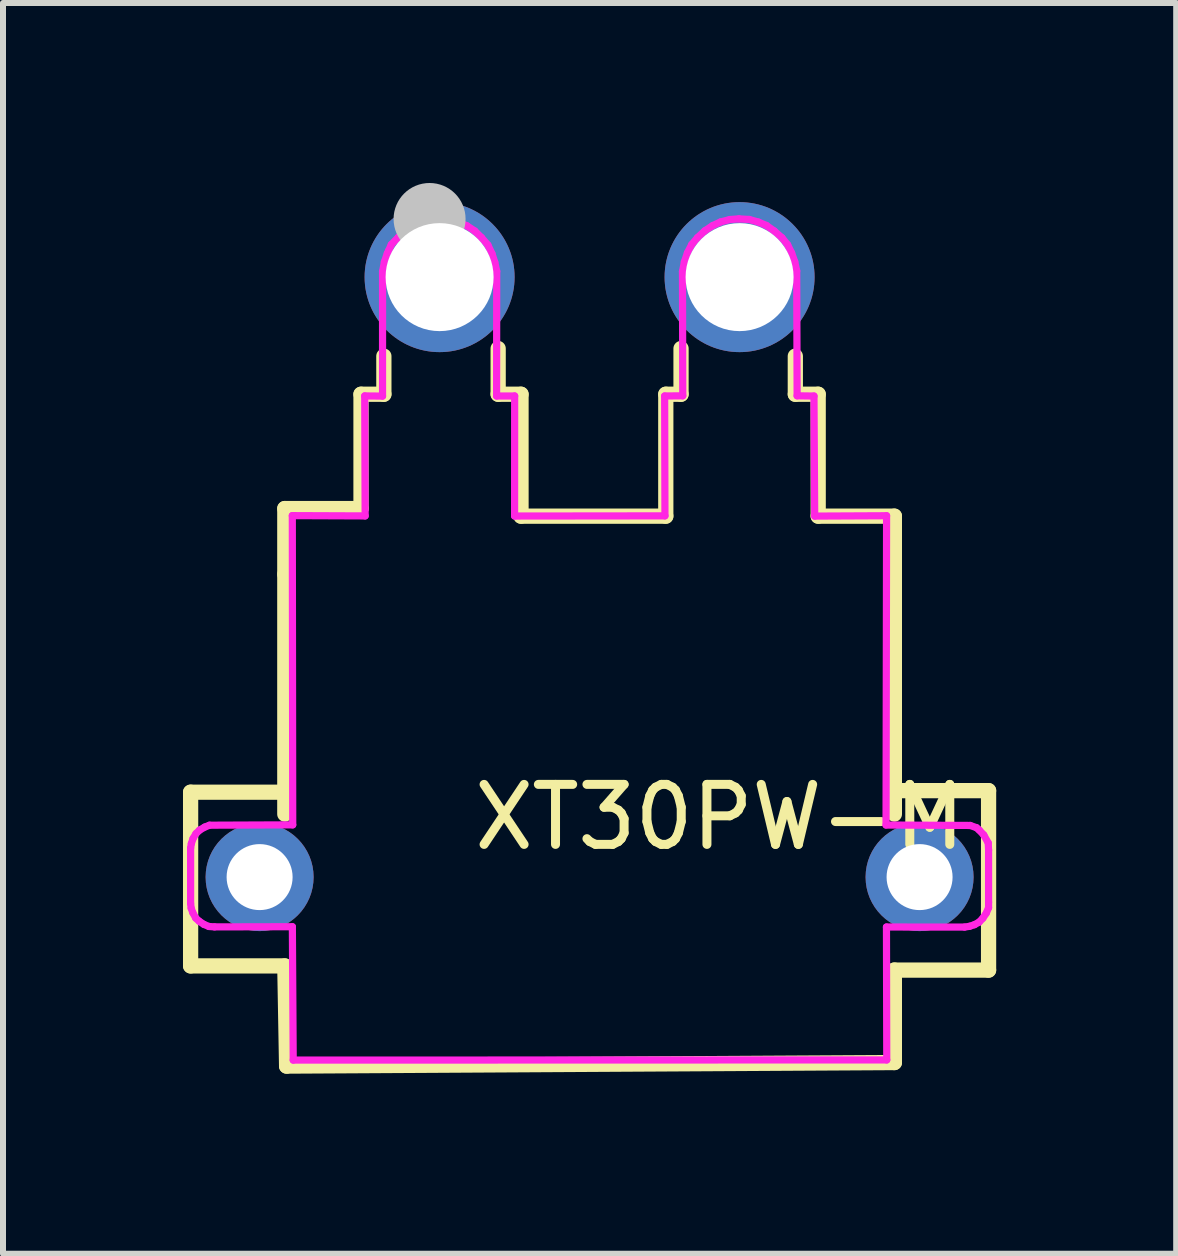
<source format=kicad_pcb>
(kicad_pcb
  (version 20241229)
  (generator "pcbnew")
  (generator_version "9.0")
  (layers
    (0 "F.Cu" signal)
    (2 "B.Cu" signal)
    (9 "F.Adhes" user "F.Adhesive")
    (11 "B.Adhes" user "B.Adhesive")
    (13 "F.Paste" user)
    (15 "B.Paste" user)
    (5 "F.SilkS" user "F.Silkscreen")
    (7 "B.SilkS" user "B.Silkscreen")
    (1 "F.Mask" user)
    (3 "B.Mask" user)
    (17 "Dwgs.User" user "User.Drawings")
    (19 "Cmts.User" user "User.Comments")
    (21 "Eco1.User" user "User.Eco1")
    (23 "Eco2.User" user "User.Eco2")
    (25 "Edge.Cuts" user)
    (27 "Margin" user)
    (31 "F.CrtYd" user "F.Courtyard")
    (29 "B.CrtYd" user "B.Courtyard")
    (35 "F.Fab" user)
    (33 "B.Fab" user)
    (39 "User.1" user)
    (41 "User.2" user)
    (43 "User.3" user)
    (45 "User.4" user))
  (footprint "XT30PW-M"
    (layer "F.Cu")
    (at 6.777 6.569)
    (property "Reference" "XT30PW-M" (at -2 4 0) (layer "F.SilkS") (effects (font (size 1 1) (thickness 0.15)) (justify left)))
    (attr through_hole)
    (fp_line (start -6.65 3.585) (end -6.65 6.48) (stroke (width 0.254) (type solid)) (layer "F.SilkS"))
    (fp_line (start -6.65 3.585) (end -5.08 3.585) (stroke (width 0.254) (type solid)) (layer "F.SilkS"))
    (fp_line (start -6.65 6.48) (end -5.08 6.48) (stroke (width 0.254) (type solid)) (layer "F.SilkS"))
    (fp_line (start -5.08 -1.143) (end -5.08 -0.047) (stroke (width 0.254) (type solid)) (layer "F.SilkS"))
    (fp_line (start -5.08 3.95) (end -5.08 -0.047) (stroke (width 0.254) (type solid)) (layer "F.SilkS"))
    (fp_line (start -5.08 6.481) (end -5.05 8.15) (stroke (width 0.254) (type solid)) (layer "F.SilkS"))
    (fp_line (start -5.05 8.15) (end 5.08 8.091) (stroke (width 0.254) (type solid)) (layer "F.SilkS"))
    (fp_line (start -3.81 -3.048) (end -3.81 -1.143) (stroke (width 0.254) (type solid)) (layer "F.SilkS"))
    (fp_line (start -3.81 -1.143) (end -5.08 -1.143) (stroke (width 0.254) (type solid)) (layer "F.SilkS"))
    (fp_line (start -3.429 -3.683) (end -3.429 -3.048) (stroke (width 0.254) (type solid)) (layer "F.SilkS"))
    (fp_line (start -3.429 -3.048) (end -3.81 -3.048) (stroke (width 0.254) (type solid)) (layer "F.SilkS"))
    (fp_line (start -1.524 -3.81) (end -1.524 -3.048) (stroke (width 0.254) (type solid)) (layer "F.SilkS"))
    (fp_line (start -1.524 -3.048) (end -1.143 -3.048) (stroke (width 0.254) (type solid)) (layer "F.SilkS"))
    (fp_line (start -1.143 -3.048) (end -1.143 -1.016) (stroke (width 0.254) (type solid)) (layer "F.SilkS"))
    (fp_line (start -1.143 -1.016) (end 1.27 -1.016) (stroke (width 0.254) (type solid)) (layer "F.SilkS"))
    (fp_line (start 1.27 -3.048) (end 1.524 -3.048) (stroke (width 0.254) (type solid)) (layer "F.SilkS"))
    (fp_line (start 1.27 -1.016) (end 1.27 -3.048) (stroke (width 0.254) (type solid)) (layer "F.SilkS"))
    (fp_line (start 1.524 -3.048) (end 1.524 -3.81) (stroke (width 0.254) (type solid)) (layer "F.SilkS"))
    (fp_line (start 3.429 -3.683) (end 3.429 -3.048) (stroke (width 0.254) (type solid)) (layer "F.SilkS"))
    (fp_line (start 3.429 -3.048) (end 3.81 -3.048) (stroke (width 0.254) (type solid)) (layer "F.SilkS"))
    (fp_line (start 3.81 -3.048) (end 3.81 -1.016) (stroke (width 0.254) (type solid)) (layer "F.SilkS"))
    (fp_line (start 3.81 -1.016) (end 5.08 -1.016) (stroke (width 0.254) (type solid)) (layer "F.SilkS"))
    (fp_line (start 5.08 -1.016) (end 5.08 -0.047) (stroke (width 0.254) (type solid)) (layer "F.SilkS"))
    (fp_line (start 5.08 3.559) (end 6.65 3.559) (stroke (width 0.254) (type solid)) (layer "F.SilkS"))
    (fp_line (start 5.08 3.95) (end 5.08 -0.047) (stroke (width 0.254) (type solid)) (layer "F.SilkS"))
    (fp_line (start 5.08 6.55) (end 6.65 6.55) (stroke (width 0.254) (type solid)) (layer "F.SilkS"))
    (fp_line (start 5.08 8.091) (end 5.08 6.549) (stroke (width 0.254) (type solid)) (layer "F.SilkS"))
    (fp_line (start 6.65 3.559) (end 6.65 6.55) (stroke (width 0.254) (type solid)) (layer "F.SilkS"))
    (fp_circle (center -2.667 -5.969) (end -2.367 -5.969) (stroke (width 0.6) (type solid)) (fill no) (layer "Dwgs.User"))
    (fp_circle (center -6.65 -5.971) (end -6.62 -5.971) (stroke (width 0.06) (type solid)) (fill no) (layer "Eco2.User"))
    (fp_circle (center -5.5 5) (end -5.313 5) (stroke (width 0.375) (type solid)) (fill no) (layer "Eco2.User"))
    (fp_circle (center -2.5 -5) (end -2.175 -5) (stroke (width 0.65) (type solid)) (fill no) (layer "Eco2.User"))
    (fp_circle (center 2.5 -5) (end 2.825 -5) (stroke (width 0.65) (type solid)) (fill no) (layer "Eco2.User"))
    (fp_circle (center 5.5 5) (end 5.687 5) (stroke (width 0.375) (type solid)) (fill no) (layer "Eco2.User"))
    (fp_line (start -6.65 4.515) (end -6.638 4.442) (stroke (width 0.12) (type solid)) (layer "F.CrtYd"))
    (fp_line (start -6.65 5.44) (end -6.65 4.515) (stroke (width 0.12) (type solid)) (layer "F.CrtYd"))
    (fp_line (start -6.641 5.518) (end -6.65 5.44) (stroke (width 0.12) (type solid)) (layer "F.CrtYd"))
    (fp_line (start -6.638 4.442) (end -6.61 4.358) (stroke (width 0.12) (type solid)) (layer "F.CrtYd"))
    (fp_line (start -6.614 5.592) (end -6.641 5.518) (stroke (width 0.12) (type solid)) (layer "F.CrtYd"))
    (fp_line (start -6.61 4.358) (end -6.561 4.275) (stroke (width 0.12) (type solid)) (layer "F.CrtYd"))
    (fp_line (start -6.565 5.683) (end -6.614 5.592) (stroke (width 0.12) (type solid)) (layer "F.CrtYd"))
    (fp_line (start -6.561 4.275) (end -6.501 4.217) (stroke (width 0.12) (type solid)) (layer "F.CrtYd"))
    (fp_line (start -6.507 5.736) (end -6.565 5.683) (stroke (width 0.12) (type solid)) (layer "F.CrtYd"))
    (fp_line (start -6.501 4.217) (end -6.414 4.166) (stroke (width 0.12) (type solid)) (layer "F.CrtYd"))
    (fp_line (start -6.429 5.788) (end -6.507 5.736) (stroke (width 0.12) (type solid)) (layer "F.CrtYd"))
    (fp_line (start -6.414 4.166) (end -6.335 4.135) (stroke (width 0.12) (type solid)) (layer "F.CrtYd"))
    (fp_line (start -6.345 5.823) (end -6.429 5.788) (stroke (width 0.12) (type solid)) (layer "F.CrtYd"))
    (fp_line (start -6.335 4.135) (end -4.948 4.129) (stroke (width 0.12) (type solid)) (layer "F.CrtYd"))
    (fp_line (start -6.251 5.83) (end -6.345 5.823) (stroke (width 0.12) (type solid)) (layer "F.CrtYd"))
    (fp_line (start -4.955 -1.025) (end -3.741 -1.02) (stroke (width 0.12) (type solid)) (layer "F.CrtYd"))
    (fp_line (start -4.954 5.827) (end -6.251 5.83) (stroke (width 0.12) (type solid)) (layer "F.CrtYd"))
    (fp_line (start -4.948 4.129) (end -4.955 -1.025) (stroke (width 0.12) (type solid)) (layer "F.CrtYd"))
    (fp_line (start -4.94 8.05) (end -4.954 5.827) (stroke (width 0.12) (type solid)) (layer "F.CrtYd"))
    (fp_line (start -3.748 -3.02) (end -3.451 -3.017) (stroke (width 0.12) (type solid)) (layer "F.CrtYd"))
    (fp_line (start -3.741 -1.02) (end -3.748 -3.02) (stroke (width 0.12) (type solid)) (layer "F.CrtYd"))
    (fp_line (start -3.451 -5.092) (end -3.42 -5.253) (stroke (width 0.12) (type solid)) (layer "F.CrtYd"))
    (fp_line (start -3.451 -3.017) (end -3.451 -5.092) (stroke (width 0.12) (type solid)) (layer "F.CrtYd"))
    (fp_line (start -3.42 -5.253) (end -3.371 -5.397) (stroke (width 0.12) (type solid)) (layer "F.CrtYd"))
    (fp_line (start -3.371 -5.397) (end -3.351 -5.436) (stroke (width 0.12) (type solid)) (layer "F.CrtYd"))
    (fp_line (start -3.351 -5.437) (end -3.305 -5.543) (stroke (width 0.12) (type solid)) (layer "F.CrtYd"))
    (fp_line (start -3.351 -5.436) (end -3.351 -5.437) (stroke (width 0.12) (type solid)) (layer "F.CrtYd"))
    (fp_line (start -3.305 -5.543) (end -3.187 -5.665) (stroke (width 0.12) (type solid)) (layer "F.CrtYd"))
    (fp_line (start -3.187 -5.665) (end -3.084 -5.774) (stroke (width 0.12) (type solid)) (layer "F.CrtYd"))
    (fp_line (start -3.084 -5.774) (end -2.947 -5.858) (stroke (width 0.12) (type solid)) (layer "F.CrtYd"))
    (fp_line (start -2.947 -5.858) (end -2.81 -5.919) (stroke (width 0.12) (type solid)) (layer "F.CrtYd"))
    (fp_line (start -2.81 -5.919) (end -2.665 -5.963) (stroke (width 0.12) (type solid)) (layer "F.CrtYd"))
    (fp_line (start -2.665 -5.963) (end -2.489 -5.97) (stroke (width 0.12) (type solid)) (layer "F.CrtYd"))
    (fp_line (start -2.489 -5.97) (end -2.348 -5.959) (stroke (width 0.12) (type solid)) (layer "F.CrtYd"))
    (fp_line (start -2.348 -5.959) (end -2.195 -5.919) (stroke (width 0.12) (type solid)) (layer "F.CrtYd"))
    (fp_line (start -2.195 -5.919) (end -2.046 -5.856) (stroke (width 0.12) (type solid)) (layer "F.CrtYd"))
    (fp_line (start -2.046 -5.856) (end -1.914 -5.769) (stroke (width 0.12) (type solid)) (layer "F.CrtYd"))
    (fp_line (start -1.914 -5.769) (end -1.803 -5.66) (stroke (width 0.12) (type solid)) (layer "F.CrtYd"))
    (fp_line (start -1.803 -5.66) (end -1.695 -5.535) (stroke (width 0.12) (type solid)) (layer "F.CrtYd"))
    (fp_line (start -1.695 -5.535) (end -1.627 -5.391) (stroke (width 0.12) (type solid)) (layer "F.CrtYd"))
    (fp_line (start -1.627 -5.391) (end -1.58 -5.246) (stroke (width 0.12) (type solid)) (layer "F.CrtYd"))
    (fp_line (start -1.58 -5.246) (end -1.548 -5.098) (stroke (width 0.12) (type solid)) (layer "F.CrtYd"))
    (fp_line (start -1.55 -3.019) (end -1.249 -3.019) (stroke (width 0.12) (type solid)) (layer "F.CrtYd"))
    (fp_line (start -1.548 -5.098) (end -1.55 -3.019) (stroke (width 0.12) (type solid)) (layer "F.CrtYd"))
    (fp_line (start -1.25 -1.018) (end 1.256 -1.021) (stroke (width 0.12) (type solid)) (layer "F.CrtYd"))
    (fp_line (start -1.249 -3.019) (end -1.25 -1.018) (stroke (width 0.12) (type solid)) (layer "F.CrtYd"))
    (fp_line (start 1.251 -3.019) (end 1.553 -3.022) (stroke (width 0.12) (type solid)) (layer "F.CrtYd"))
    (fp_line (start 1.256 -1.021) (end 1.251 -3.019) (stroke (width 0.12) (type solid)) (layer "F.CrtYd"))
    (fp_line (start 1.548 -5.092) (end 1.58 -5.254) (stroke (width 0.12) (type solid)) (layer "F.CrtYd"))
    (fp_line (start 1.553 -3.022) (end 1.548 -5.092) (stroke (width 0.12) (type solid)) (layer "F.CrtYd"))
    (fp_line (start 1.58 -5.254) (end 1.631 -5.405) (stroke (width 0.12) (type solid)) (layer "F.CrtYd"))
    (fp_line (start 1.631 -5.405) (end 1.702 -5.543) (stroke (width 0.12) (type solid)) (layer "F.CrtYd"))
    (fp_line (start 1.702 -5.543) (end 1.799 -5.659) (stroke (width 0.12) (type solid)) (layer "F.CrtYd"))
    (fp_line (start 1.799 -5.659) (end 1.921 -5.772) (stroke (width 0.12) (type solid)) (layer "F.CrtYd"))
    (fp_line (start 1.921 -5.772) (end 2.052 -5.859) (stroke (width 0.12) (type solid)) (layer "F.CrtYd"))
    (fp_line (start 2.052 -5.859) (end 2.182 -5.919) (stroke (width 0.12) (type solid)) (layer "F.CrtYd"))
    (fp_line (start 2.182 -5.919) (end 2.338 -5.96) (stroke (width 0.12) (type solid)) (layer "F.CrtYd"))
    (fp_line (start 2.338 -5.96) (end 2.489 -5.971) (stroke (width 0.12) (type solid)) (layer "F.CrtYd"))
    (fp_line (start 2.489 -5.971) (end 2.66 -5.961) (stroke (width 0.12) (type solid)) (layer "F.CrtYd"))
    (fp_line (start 2.66 -5.961) (end 2.815 -5.917) (stroke (width 0.12) (type solid)) (layer "F.CrtYd"))
    (fp_line (start 2.815 -5.917) (end 2.947 -5.861) (stroke (width 0.12) (type solid)) (layer "F.CrtYd"))
    (fp_line (start 2.947 -5.861) (end 3.077 -5.769) (stroke (width 0.12) (type solid)) (layer "F.CrtYd"))
    (fp_line (start 3.077 -5.769) (end 3.206 -5.656) (stroke (width 0.12) (type solid)) (layer "F.CrtYd"))
    (fp_line (start 3.206 -5.656) (end 3.3 -5.54) (stroke (width 0.12) (type solid)) (layer "F.CrtYd"))
    (fp_line (start 3.3 -5.54) (end 3.367 -5.403) (stroke (width 0.12) (type solid)) (layer "F.CrtYd"))
    (fp_line (start 3.367 -5.403) (end 3.419 -5.257) (stroke (width 0.12) (type solid)) (layer "F.CrtYd"))
    (fp_line (start 3.419 -5.257) (end 3.452 -5.104) (stroke (width 0.12) (type solid)) (layer "F.CrtYd"))
    (fp_line (start 3.452 -5.104) (end 3.459 -3.022) (stroke (width 0.12) (type solid)) (layer "F.CrtYd"))
    (fp_line (start 3.459 -3.022) (end 3.74 -3.018) (stroke (width 0.12) (type solid)) (layer "F.CrtYd"))
    (fp_line (start 3.74 -3.018) (end 3.752 -1.017) (stroke (width 0.12) (type solid)) (layer "F.CrtYd"))
    (fp_line (start 3.752 -1.017) (end 4.95 -1.023) (stroke (width 0.12) (type solid)) (layer "F.CrtYd"))
    (fp_line (start 4.941 4.132) (end 6.343 4.139) (stroke (width 0.12) (type solid)) (layer "F.CrtYd"))
    (fp_line (start 4.948 5.832) (end 4.953 8.047) (stroke (width 0.12) (type solid)) (layer "F.CrtYd"))
    (fp_line (start 4.95 -1.023) (end 4.941 4.132) (stroke (width 0.12) (type solid)) (layer "F.CrtYd"))
    (fp_line (start 4.953 8.047) (end -4.94 8.05) (stroke (width 0.12) (type solid)) (layer "F.CrtYd"))
    (fp_line (start 6.25 5.833) (end 4.948 5.832) (stroke (width 0.12) (type solid)) (layer "F.CrtYd"))
    (fp_line (start 6.333 5.82) (end 6.25 5.833) (stroke (width 0.12) (type solid)) (layer "F.CrtYd"))
    (fp_line (start 6.343 4.139) (end 6.448 4.176) (stroke (width 0.12) (type solid)) (layer "F.CrtYd"))
    (fp_line (start 6.415 5.793) (end 6.333 5.82) (stroke (width 0.12) (type solid)) (layer "F.CrtYd"))
    (fp_line (start 6.448 4.176) (end 6.492 4.214) (stroke (width 0.12) (type solid)) (layer "F.CrtYd"))
    (fp_line (start 6.492 4.214) (end 6.57 4.298) (stroke (width 0.12) (type solid)) (layer "F.CrtYd"))
    (fp_line (start 6.493 5.75) (end 6.415 5.793) (stroke (width 0.12) (type solid)) (layer "F.CrtYd"))
    (fp_line (start 6.554 5.686) (end 6.493 5.75) (stroke (width 0.12) (type solid)) (layer "F.CrtYd"))
    (fp_line (start 6.57 4.298) (end 6.644 4.43) (stroke (width 0.12) (type solid)) (layer "F.CrtYd"))
    (fp_line (start 6.611 5.601) (end 6.554 5.686) (stroke (width 0.12) (type solid)) (layer "F.CrtYd"))
    (fp_line (start 6.644 4.43) (end 6.65 4.549) (stroke (width 0.12) (type solid)) (layer "F.CrtYd"))
    (fp_line (start 6.65 4.549) (end 6.65 5.419) (stroke (width 0.12) (type solid)) (layer "F.CrtYd"))
    (fp_line (start 6.65 5.419) (end 6.65 5.51) (stroke (width 0.12) (type solid)) (layer "F.CrtYd"))
    (fp_line (start 6.65 5.51) (end 6.611 5.601) (stroke (width 0.12) (type solid)) (layer "F.CrtYd"))
    (pad "1" thru_hole circle (at -2.5 -5) (size 2.5 2.5) (drill 1.8) (layers "*.Cu" "*.Mask"))
    (pad "2" thru_hole circle (at 2.5 -5) (size 2.5 2.5) (drill 1.8) (layers "*.Cu" "*.Mask"))
    (pad "3" thru_hole circle (at 5.5 5) (size 1.8 1.8) (drill 1.1) (layers "*.Cu" "*.Mask"))
    (pad "4" thru_hole circle (at -5.5 5) (size 1.8 1.8) (drill 1.1) (layers "*.Cu" "*.Mask")))
  (gr_rect
    (start -3 -3)
    (end 16.554 17.846)
    (stroke (width 0.1) (type default))
    (fill no)
    (layer "Edge.Cuts")))
</source>
